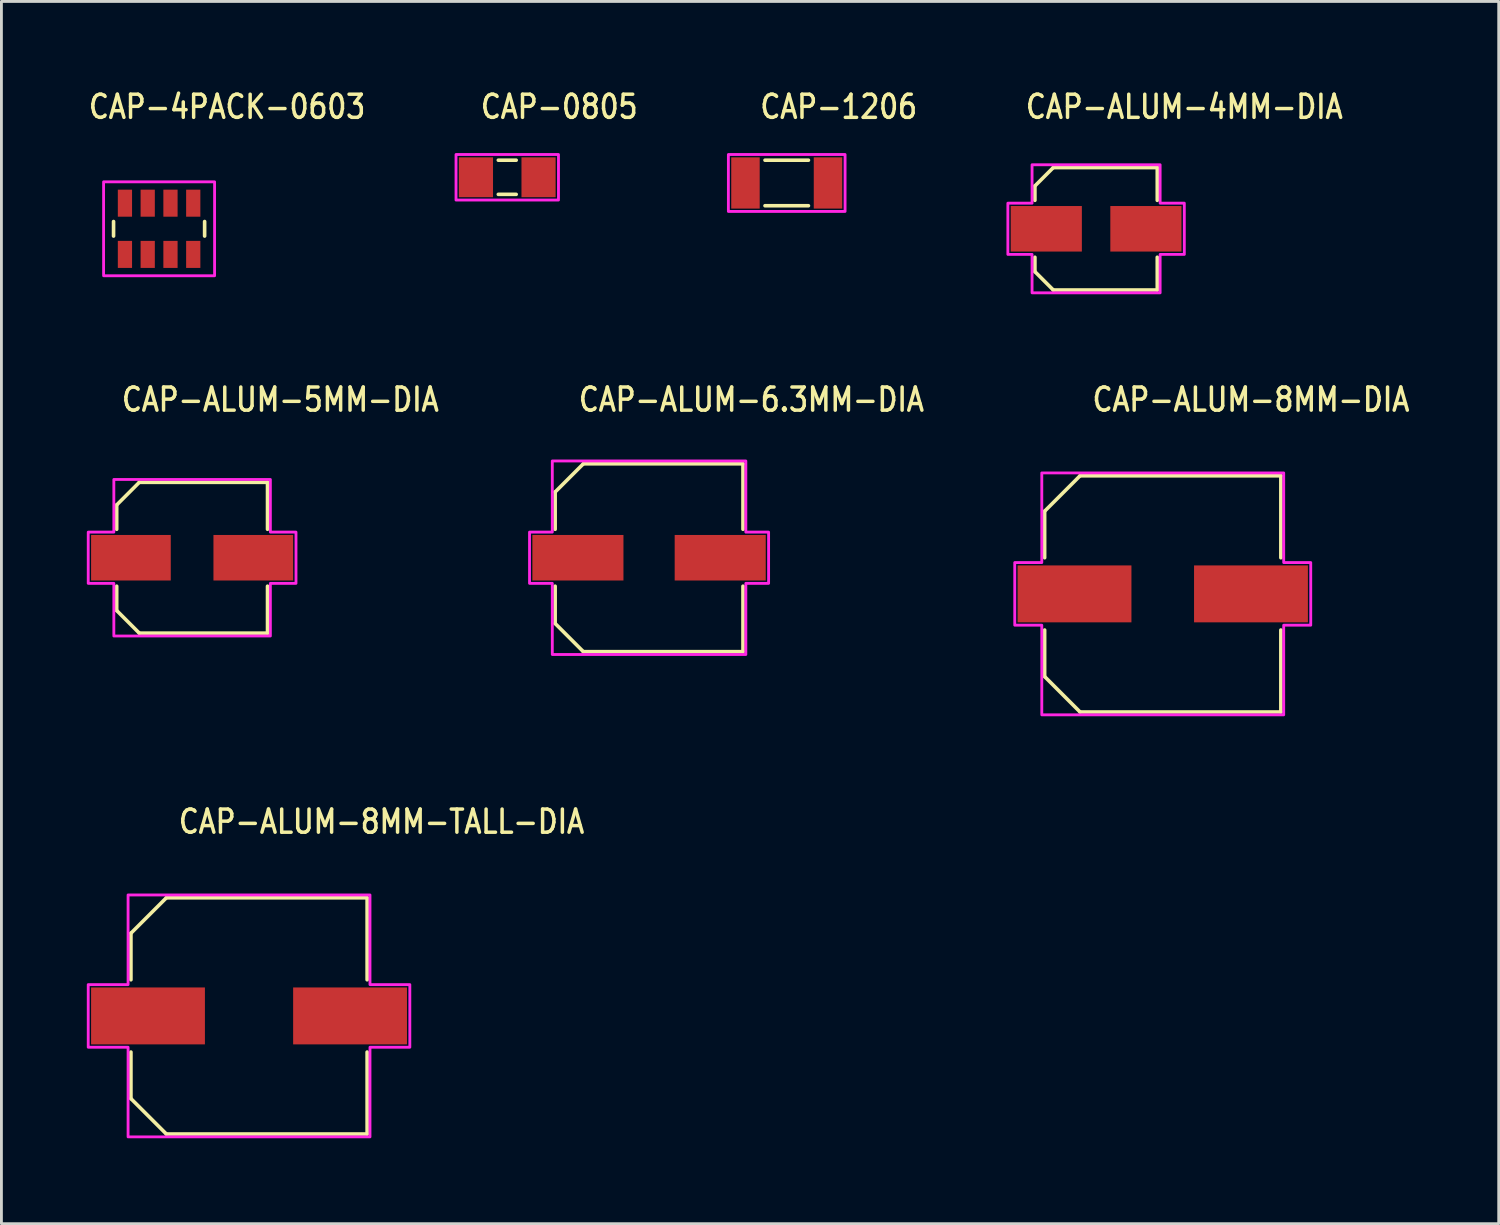
<source format=kicad_pcb>
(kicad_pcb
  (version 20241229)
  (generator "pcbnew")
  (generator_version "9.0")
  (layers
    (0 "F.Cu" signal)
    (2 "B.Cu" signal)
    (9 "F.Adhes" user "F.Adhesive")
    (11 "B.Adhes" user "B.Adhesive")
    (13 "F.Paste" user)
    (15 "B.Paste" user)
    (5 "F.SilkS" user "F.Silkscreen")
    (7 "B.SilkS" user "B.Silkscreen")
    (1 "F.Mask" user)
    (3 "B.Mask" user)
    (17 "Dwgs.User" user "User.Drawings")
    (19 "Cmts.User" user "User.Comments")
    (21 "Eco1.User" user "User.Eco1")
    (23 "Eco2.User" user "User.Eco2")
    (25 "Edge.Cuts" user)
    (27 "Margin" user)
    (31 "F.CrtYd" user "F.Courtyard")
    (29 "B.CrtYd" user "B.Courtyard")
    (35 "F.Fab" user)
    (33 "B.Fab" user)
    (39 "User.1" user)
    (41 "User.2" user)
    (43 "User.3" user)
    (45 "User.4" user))
  (footprint "CAP-ALUM-8MM-TALL-DIA"
    (layer "F.Cu")
    (at 5.7 32.646)
    (property "Reference" "CAP-ALUM-8MM-TALL-DIA" (at -2.54 -6.35 0) (unlocked yes) (layer "F.SilkS") (effects (font (size 0.813 0.695) (thickness 0.122)) (justify left bottom)))
    (fp_line (start -4.15 -2.905) (end -2.905 -4.15) (stroke (width 0.127) (type solid)) (layer "F.SilkS"))
    (fp_line (start -4.15 -1.27) (end -4.15 -2.905) (stroke (width 0.127) (type solid)) (layer "F.SilkS"))
    (fp_line (start -4.15 2.905) (end -4.15 1.27) (stroke (width 0.127) (type solid)) (layer "F.SilkS"))
    (fp_line (start -2.905 -4.15) (end 4.15 -4.15) (stroke (width 0.127) (type solid)) (layer "F.SilkS"))
    (fp_line (start -2.905 4.15) (end -4.15 2.905) (stroke (width 0.127) (type solid)) (layer "F.SilkS"))
    (fp_line (start 4.15 -4.15) (end 4.15 -1.27) (stroke (width 0.127) (type solid)) (layer "F.SilkS"))
    (fp_line (start 4.15 1.27) (end 4.15 4.15) (stroke (width 0.127) (type solid)) (layer "F.SilkS"))
    (fp_line (start 4.15 4.15) (end -2.905 4.15) (stroke (width 0.127) (type solid)) (layer "F.SilkS"))
    (fp_poly (pts (xy -5.65 -1.1) (xy -4.25 -1.1) (xy -4.25 -4.25) (xy 4.25 -4.25) (xy 4.25 -1.1) (xy 5.65 -1.1) (xy 5.65 1.1) (xy 4.25 1.1) (xy 4.25 4.25) (xy -4.25 4.25) (xy -4.25 1.1) (xy -5.65 1.1)) (stroke (width 0.1) (type solid)) (fill no) (layer "F.CrtYd"))
    (pad "+" smd rect (at -3.55 0) (size 4 2) (layers "F.Cu" "F.Mask" "F.Paste"))
    (pad "-" smd rect (at 3.55 0) (size 4 2) (layers "F.Cu" "F.Mask" "F.Paste")))
  (footprint "CAP-0805"
    (layer "F.Cu")
    (at 14.773 3.179)
    (property "Reference" "CAP-0805" (at -1 -2 0) (unlocked yes) (layer "F.SilkS") (effects (font (size 0.813 0.695) (thickness 0.122)) (justify left bottom)))
    (fp_line (start -0.314 -0.6) (end 0.314 -0.6) (stroke (width 0.127) (type solid)) (layer "F.SilkS"))
    (fp_line (start -0.314 0.6) (end 0.314 0.6) (stroke (width 0.127) (type solid)) (layer "F.SilkS"))
    (fp_poly (pts (xy -1.8 -0.8) (xy 1.8 -0.8) (xy 1.8 0.8) (xy -1.8 0.8)) (stroke (width 0.1) (type solid)) (fill no) (layer "F.CrtYd"))
    (pad "1" smd rect (at -1.1 0) (size 1.2 1.4) (layers "F.Cu" "F.Mask" "F.Paste"))
    (pad "2" smd rect (at 1.1 0) (size 1.2 1.4) (layers "F.Cu" "F.Mask" "F.Paste")))
  (footprint "CAP-1206"
    (layer "F.Cu")
    (at 24.593 3.379)
    (property "Reference" "CAP-1206" (at -1 -2.2 0) (unlocked yes) (layer "F.SilkS") (effects (font (size 0.813 0.695) (thickness 0.122)) (justify left bottom)))
    (fp_line (start -0.763 -0.8) (end 0.763 -0.8) (stroke (width 0.127) (type solid)) (layer "F.SilkS"))
    (fp_line (start -0.763 0.8) (end 0.763 0.8) (stroke (width 0.127) (type solid)) (layer "F.SilkS"))
    (fp_poly (pts (xy -2.05 -1) (xy 2.05 -1) (xy 2.05 1) (xy -2.05 1)) (stroke (width 0.1) (type solid)) (fill no) (layer "F.CrtYd"))
    (pad "1" smd rect (at -1.45 0) (size 1 1.8) (layers "F.Cu" "F.Mask" "F.Paste"))
    (pad "2" smd rect (at 1.45 0) (size 1 1.8) (layers "F.Cu" "F.Mask" "F.Paste")))
  (footprint "CAP-ALUM-8MM-DIA"
    (layer "F.Cu")
    (at 37.805 17.817)
    (property "Reference" "CAP-ALUM-8MM-DIA" (at -2.54 -6.35 0) (unlocked yes) (layer "F.SilkS") (effects (font (size 0.813 0.695) (thickness 0.122)) (justify left bottom)))
    (fp_line (start -4.15 -2.905) (end -2.905 -4.15) (stroke (width 0.127) (type solid)) (layer "F.SilkS"))
    (fp_line (start -4.15 -1.27) (end -4.15 -2.905) (stroke (width 0.127) (type solid)) (layer "F.SilkS"))
    (fp_line (start -4.15 2.905) (end -4.15 1.27) (stroke (width 0.127) (type solid)) (layer "F.SilkS"))
    (fp_line (start -2.905 -4.15) (end 4.15 -4.15) (stroke (width 0.127) (type solid)) (layer "F.SilkS"))
    (fp_line (start -2.905 4.15) (end -4.15 2.905) (stroke (width 0.127) (type solid)) (layer "F.SilkS"))
    (fp_line (start 4.15 -4.15) (end 4.15 -1.27) (stroke (width 0.127) (type solid)) (layer "F.SilkS"))
    (fp_line (start 4.15 1.27) (end 4.15 4.15) (stroke (width 0.127) (type solid)) (layer "F.SilkS"))
    (fp_line (start 4.15 4.15) (end -2.905 4.15) (stroke (width 0.127) (type solid)) (layer "F.SilkS"))
    (fp_poly (pts (xy -5.2 -1.1) (xy -4.25 -1.1) (xy -4.25 -4.25) (xy 4.25 -4.25) (xy 4.25 -1.1) (xy 5.2 -1.1) (xy 5.2 1.1) (xy 4.25 1.1) (xy 4.25 4.25) (xy -4.25 4.25) (xy -4.25 1.1) (xy -5.2 1.1)) (stroke (width 0.1) (type solid)) (fill no) (layer "F.CrtYd"))
    (pad "+" smd rect (at -3.1 0) (size 4 2) (layers "F.Cu" "F.Mask" "F.Paste"))
    (pad "-" smd rect (at 3.1 0) (size 4 2) (layers "F.Cu" "F.Mask" "F.Paste")))
  (footprint "CAP-ALUM-5MM-DIA"
    (layer "F.Cu")
    (at 3.7 16.547)
    (property "Reference" "CAP-ALUM-5MM-DIA" (at -2.54 -5.08 0) (unlocked yes) (layer "F.SilkS") (effects (font (size 0.813 0.695) (thickness 0.122)) (justify left bottom)))
    (fp_line (start -2.65 -1.855) (end -2.65 -1) (stroke (width 0.127) (type solid)) (layer "F.SilkS"))
    (fp_line (start -2.65 -1.855) (end -1.855 -2.65) (stroke (width 0.127) (type solid)) (layer "F.SilkS"))
    (fp_line (start -2.65 1) (end -2.65 1.855) (stroke (width 0.127) (type solid)) (layer "F.SilkS"))
    (fp_line (start -1.855 -2.65) (end 2.65 -2.65) (stroke (width 0.127) (type solid)) (layer "F.SilkS"))
    (fp_line (start -1.855 2.65) (end -2.65 1.855) (stroke (width 0.127) (type solid)) (layer "F.SilkS"))
    (fp_line (start 2.65 -2.65) (end 2.65 -1) (stroke (width 0.127) (type solid)) (layer "F.SilkS"))
    (fp_line (start 2.65 1) (end 2.65 2.65) (stroke (width 0.127) (type solid)) (layer "F.SilkS"))
    (fp_line (start 2.65 2.65) (end -1.855 2.65) (stroke (width 0.127) (type solid)) (layer "F.SilkS"))
    (fp_poly (pts (xy -2.75 -0.9) (xy -2.75 -2.75) (xy 2.75 -2.75) (xy 2.75 -0.9) (xy 3.65 -0.9) (xy 3.65 0.9) (xy 2.75 0.9) (xy 2.75 2.75) (xy -2.75 2.75) (xy -2.75 0.9) (xy -3.65 0.9) (xy -3.65 -0.9)) (stroke (width 0.1) (type solid)) (fill no) (layer "F.CrtYd"))
    (pad "+" smd rect (at -2.15 0) (size 2.8 1.6) (layers "F.Cu" "F.Mask" "F.Paste"))
    (pad "-" smd rect (at 2.15 0) (size 2.8 1.6) (layers "F.Cu" "F.Mask" "F.Paste")))
  (footprint "CAP-ALUM-6.3MM-DIA"
    (layer "F.Cu")
    (at 19.756 16.547)
    (property "Reference" "CAP-ALUM-6.3MM-DIA" (at -2.54 -5.08 0) (unlocked yes) (layer "F.SilkS") (effects (font (size 0.813 0.695) (thickness 0.122)) (justify left bottom)))
    (fp_line (start -3.3 -2.31) (end -2.31 -3.3) (stroke (width 0.127) (type solid)) (layer "F.SilkS"))
    (fp_line (start -3.3 -1) (end -3.3 -2.31) (stroke (width 0.127) (type solid)) (layer "F.SilkS"))
    (fp_line (start -3.3 2.31) (end -3.3 1) (stroke (width 0.127) (type solid)) (layer "F.SilkS"))
    (fp_line (start -2.31 -3.3) (end 3.3 -3.3) (stroke (width 0.127) (type solid)) (layer "F.SilkS"))
    (fp_line (start -2.31 3.3) (end -3.3 2.31) (stroke (width 0.127) (type solid)) (layer "F.SilkS"))
    (fp_line (start 3.3 -3.3) (end 3.3 -1) (stroke (width 0.127) (type solid)) (layer "F.SilkS"))
    (fp_line (start 3.3 1) (end 3.3 3.3) (stroke (width 0.127) (type solid)) (layer "F.SilkS"))
    (fp_line (start 3.3 3.3) (end -2.31 3.3) (stroke (width 0.127) (type solid)) (layer "F.SilkS"))
    (fp_poly (pts (xy -3.4 -0.9) (xy -3.4 -3.4) (xy 3.4 -3.4) (xy 3.4 -0.9) (xy 4.2 -0.9) (xy 4.2 0.9) (xy 3.4 0.9) (xy 3.4 3.4) (xy -3.4 3.4) (xy -3.4 0.9) (xy -4.2 0.9) (xy -4.2 -0.9)) (stroke (width 0.1) (type solid)) (fill no) (layer "F.CrtYd"))
    (pad "+" smd rect (at -2.5 0) (size 3.2 1.6) (layers "F.Cu" "F.Mask" "F.Paste"))
    (pad "-" smd rect (at 2.5 0) (size 3.2 1.6) (layers "F.Cu" "F.Mask" "F.Paste")))
  (footprint "CAP-4PACK-0603"
    (layer "F.Cu")
    (at 2.54 4.989)
    (property "Reference" "CAP-4PACK-0603" (at -2.54 -3.81 0) (unlocked yes) (layer "F.SilkS") (effects (font (size 0.813 0.695) (thickness 0.122)) (justify left bottom)))
    (fp_line (start -1.6 -0.255) (end -1.6 0.255) (stroke (width 0.127) (type solid)) (layer "F.SilkS"))
    (fp_line (start 1.6 -0.255) (end 1.6 0.255) (stroke (width 0.127) (type solid)) (layer "F.SilkS"))
    (fp_poly (pts (xy -1.95 -1.65) (xy -1.95 1.65) (xy 1.95 1.65) (xy 1.95 -1.65)) (stroke (width 0.1) (type solid)) (fill no) (layer "F.CrtYd"))
    (pad "1" smd rect (at -1.2 -0.9) (size 0.5 0.95) (layers "F.Cu" "F.Mask" "F.Paste"))
    (pad "2" smd rect (at -1.2 0.9) (size 0.5 0.95) (layers "F.Cu" "F.Mask" "F.Paste"))
    (pad "3" smd rect (at -0.4 -0.9) (size 0.5 0.95) (layers "F.Cu" "F.Mask" "F.Paste"))
    (pad "4" smd rect (at -0.4 0.9) (size 0.5 0.95) (layers "F.Cu" "F.Mask" "F.Paste"))
    (pad "5" smd rect (at 0.4 -0.9) (size 0.5 0.95) (layers "F.Cu" "F.Mask" "F.Paste"))
    (pad "6" smd rect (at 0.4 0.9) (size 0.5 0.95) (layers "F.Cu" "F.Mask" "F.Paste"))
    (pad "7" smd rect (at 1.2 -0.9) (size 0.5 0.95) (layers "F.Cu" "F.Mask" "F.Paste"))
    (pad "8" smd rect (at 1.2 0.9) (size 0.5 0.95) (layers "F.Cu" "F.Mask" "F.Paste")))
  (footprint "CAP-ALUM-4MM-DIA"
    (layer "F.Cu")
    (at 35.463 4.989)
    (property "Reference" "CAP-ALUM-4MM-DIA" (at -2.54 -3.81 0) (unlocked yes) (layer "F.SilkS") (effects (font (size 0.813 0.695) (thickness 0.122)) (justify left bottom)))
    (fp_line (start -2.15 -1.505) (end -2.15 -1) (stroke (width 0.127) (type solid)) (layer "F.SilkS"))
    (fp_line (start -2.15 -1.505) (end -1.505 -2.15) (stroke (width 0.127) (type solid)) (layer "F.SilkS"))
    (fp_line (start -2.15 1) (end -2.15 1.505) (stroke (width 0.127) (type solid)) (layer "F.SilkS"))
    (fp_line (start -1.505 -2.15) (end 2.15 -2.15) (stroke (width 0.127) (type solid)) (layer "F.SilkS"))
    (fp_line (start -1.505 2.15) (end -2.15 1.505) (stroke (width 0.127) (type solid)) (layer "F.SilkS"))
    (fp_line (start 2.15 -2.15) (end 2.15 -1) (stroke (width 0.127) (type solid)) (layer "F.SilkS"))
    (fp_line (start 2.15 1) (end 2.15 2.15) (stroke (width 0.127) (type solid)) (layer "F.SilkS"))
    (fp_line (start 2.15 2.15) (end -1.505 2.15) (stroke (width 0.127) (type solid)) (layer "F.SilkS"))
    (fp_poly (pts (xy -2.25 -0.9) (xy -2.25 -2.25) (xy 2.25 -2.25) (xy 2.25 -0.9) (xy 3.1 -0.9) (xy 3.1 0.9) (xy 2.25 0.9) (xy 2.25 2.25) (xy -2.25 2.25) (xy -2.25 0.9) (xy -3.1 0.9) (xy -3.1 -0.9)) (stroke (width 0.1) (type solid)) (fill no) (layer "F.CrtYd"))
    (pad "+" smd rect (at -1.75 0) (size 2.5 1.6) (layers "F.Cu" "F.Mask" "F.Paste"))
    (pad "-" smd rect (at 1.75 0) (size 2.5 1.6) (layers "F.Cu" "F.Mask" "F.Paste")))
  (gr_rect
    (start -3 -3)
    (end 49.61 39.946)
    (stroke (width 0.1) (type default))
    (fill no)
    (layer "Edge.Cuts")))
</source>
